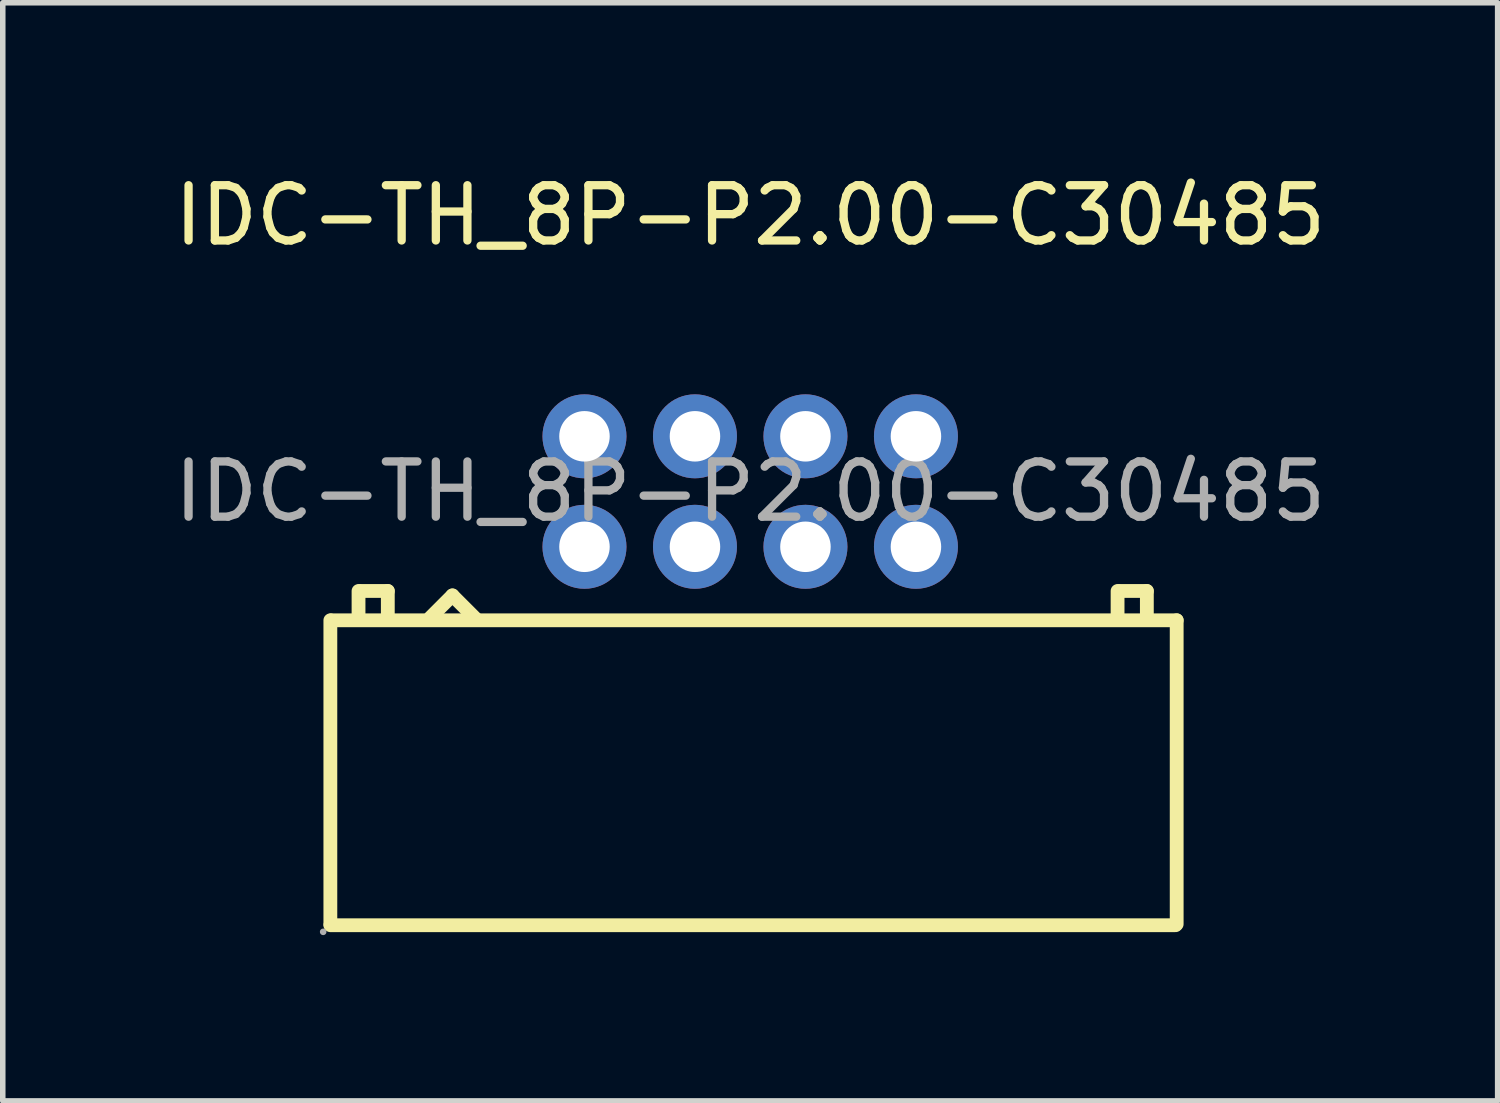
<source format=kicad_pcb>
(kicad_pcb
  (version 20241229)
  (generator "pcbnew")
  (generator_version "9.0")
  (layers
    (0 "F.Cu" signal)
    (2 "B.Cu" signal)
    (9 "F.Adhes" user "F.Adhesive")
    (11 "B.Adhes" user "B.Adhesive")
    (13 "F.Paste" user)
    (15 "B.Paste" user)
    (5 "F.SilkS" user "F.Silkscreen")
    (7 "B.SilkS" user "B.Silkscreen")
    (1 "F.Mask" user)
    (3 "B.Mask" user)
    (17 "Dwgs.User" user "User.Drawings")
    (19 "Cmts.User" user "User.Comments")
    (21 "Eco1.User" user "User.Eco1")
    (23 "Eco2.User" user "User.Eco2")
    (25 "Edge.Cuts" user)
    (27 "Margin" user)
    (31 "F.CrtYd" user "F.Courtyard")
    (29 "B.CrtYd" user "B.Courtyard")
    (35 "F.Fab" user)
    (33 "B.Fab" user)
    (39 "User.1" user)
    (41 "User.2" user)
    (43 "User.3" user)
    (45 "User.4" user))
  (footprint "IDC-TH_8P-P2.00-C30485"
    (layer "F.Cu")
    (at 10.53 5.848)
    (property "Reference" "IDC-TH_8P-P2.00-C30485" (at 0 -5 0) (layer "F.SilkS") (effects (font (size 1 1) (thickness 0.15))))
    (attr through_hole)
    (fp_line (start -7.6 2.33) (end -7.6 7.83) (stroke (width 0.25) (type solid)) (layer "F.SilkS"))
    (fp_line (start -7.6 7.85) (end 7.7 7.85) (stroke (width 0.25) (type solid)) (layer "F.SilkS"))
    (fp_line (start -7.58 2.33) (end 7.72 2.33) (stroke (width 0.25) (type solid)) (layer "F.SilkS"))
    (fp_line (start -7.09 2.31) (end -7.09 1.8) (stroke (width 0.25) (type solid)) (layer "F.SilkS"))
    (fp_line (start -7.06 1.8) (end -6.56 1.8) (stroke (width 0.25) (type solid)) (layer "F.SilkS"))
    (fp_line (start -6.56 1.8) (end -6.56 2.26) (stroke (width 0.25) (type solid)) (layer "F.SilkS"))
    (fp_line (start -5.79 2.28) (end -5.39 1.88) (stroke (width 0.25) (type solid)) (layer "F.SilkS"))
    (fp_line (start -5.39 1.88) (end -4.96 2.31) (stroke (width 0.25) (type solid)) (layer "F.SilkS"))
    (fp_line (start 6.65 2.31) (end 6.65 1.8) (stroke (width 0.25) (type solid)) (layer "F.SilkS"))
    (fp_line (start 6.68 1.8) (end 7.18 1.8) (stroke (width 0.25) (type solid)) (layer "F.SilkS"))
    (fp_line (start 7.18 1.8) (end 7.18 2.26) (stroke (width 0.25) (type solid)) (layer "F.SilkS"))
    (fp_line (start 7.72 2.33) (end 7.72 7.83) (stroke (width 0.25) (type solid)) (layer "F.SilkS"))
    (fp_circle (center -7.73 7.97) (end -7.7 7.97) (stroke (width 0.06) (type solid)) (fill no) (layer "F.Fab"))
    (fp_circle (center -3 -1) (end -2.82 -1) (stroke (width 0.36) (type solid)) (fill no) (layer "F.Fab"))
    (fp_circle (center -3 1) (end -2.82 1) (stroke (width 0.36) (type solid)) (fill no) (layer "F.Fab"))
    (fp_circle (center -1 -1) (end -0.82 -1) (stroke (width 0.36) (type solid)) (fill no) (layer "F.Fab"))
    (fp_circle (center -1 1) (end -0.82 1) (stroke (width 0.36) (type solid)) (fill no) (layer "F.Fab"))
    (fp_circle (center 1 -1) (end 1.18 -1) (stroke (width 0.36) (type solid)) (fill no) (layer "F.Fab"))
    (fp_circle (center 1 1) (end 1.18 1) (stroke (width 0.36) (type solid)) (fill no) (layer "F.Fab"))
    (fp_circle (center 3 -1) (end 3.18 -1) (stroke (width 0.36) (type solid)) (fill no) (layer "F.Fab"))
    (fp_circle (center 3 1) (end 3.18 1) (stroke (width 0.36) (type solid)) (fill no) (layer "F.Fab"))
    (fp_text user "${REFERENCE}" (at 0 0 0) (layer "F.Fab") (effects (font (size 1 1) (thickness 0.15))))
    (pad "1" thru_hole circle (at -3 1) (size 1.52 1.52) (drill 0.914) (layers "*.Cu" "*.Paste" "*.Mask"))
    (pad "2" thru_hole circle (at -3 -1) (size 1.52 1.52) (drill 0.914) (layers "*.Cu" "*.Paste" "*.Mask"))
    (pad "3" thru_hole circle (at -1 1) (size 1.52 1.52) (drill 0.914) (layers "*.Cu" "*.Paste" "*.Mask"))
    (pad "4" thru_hole circle (at -1 -1) (size 1.52 1.52) (drill 0.914) (layers "*.Cu" "*.Paste" "*.Mask"))
    (pad "5" thru_hole circle (at 1 1) (size 1.52 1.52) (drill 0.914) (layers "*.Cu" "*.Paste" "*.Mask"))
    (pad "6" thru_hole circle (at 1 -1) (size 1.52 1.52) (drill 0.914) (layers "*.Cu" "*.Paste" "*.Mask"))
    (pad "7" thru_hole circle (at 3 1) (size 1.52 1.52) (drill 0.914) (layers "*.Cu" "*.Paste" "*.Mask"))
    (pad "8" thru_hole circle (at 3 -1) (size 1.52 1.52) (drill 0.914) (layers "*.Cu" "*.Paste" "*.Mask")))
  (gr_rect
    (start -3 -3)
    (end 24.06 16.878)
    (stroke (width 0.1) (type default))
    (fill no)
    (layer "Edge.Cuts")))
</source>
